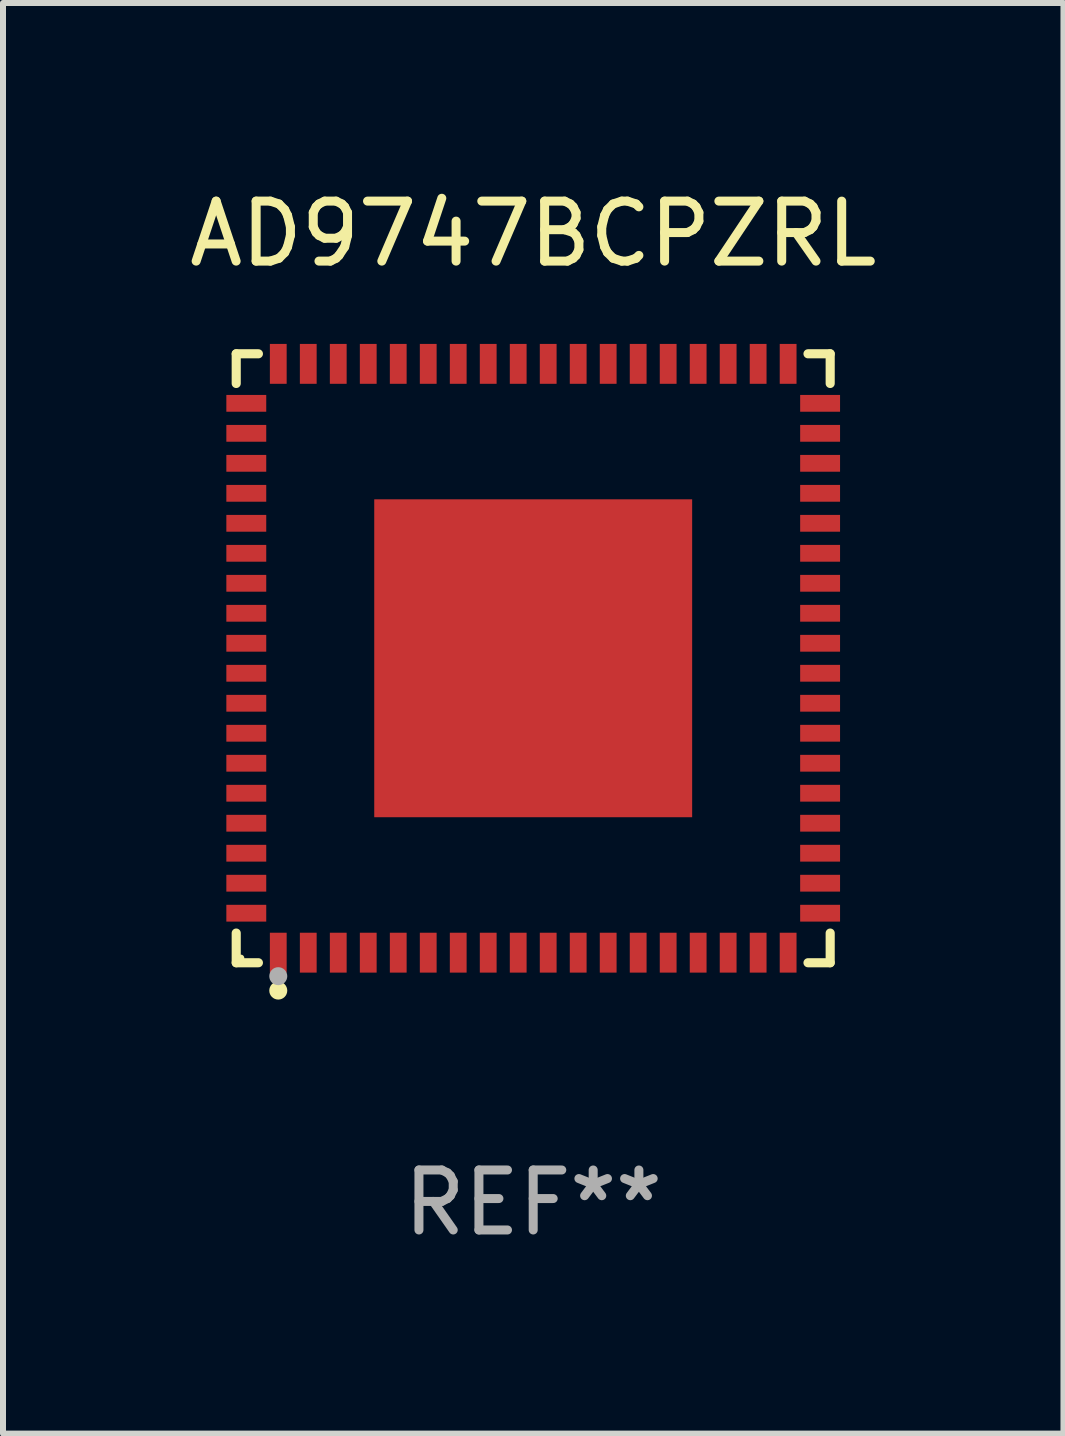
<source format=kicad_pcb>
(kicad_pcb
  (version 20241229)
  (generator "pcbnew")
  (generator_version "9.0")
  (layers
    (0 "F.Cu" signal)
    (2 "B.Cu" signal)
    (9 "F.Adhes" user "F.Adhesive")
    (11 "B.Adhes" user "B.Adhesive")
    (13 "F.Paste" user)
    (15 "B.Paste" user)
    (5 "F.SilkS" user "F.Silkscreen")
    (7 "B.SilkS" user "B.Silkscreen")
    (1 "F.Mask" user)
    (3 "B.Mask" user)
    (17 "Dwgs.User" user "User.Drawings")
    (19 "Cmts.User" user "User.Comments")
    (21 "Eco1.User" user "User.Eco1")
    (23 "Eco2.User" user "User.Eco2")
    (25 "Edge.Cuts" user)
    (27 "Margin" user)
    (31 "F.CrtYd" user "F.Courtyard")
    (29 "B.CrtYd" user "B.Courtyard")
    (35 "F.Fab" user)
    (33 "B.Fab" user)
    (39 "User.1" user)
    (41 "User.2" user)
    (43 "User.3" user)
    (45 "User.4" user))
  (footprint "AD9747BCPZRL"
    (layer "F.Cu")
    (at 5.839 7.924)
    (property "Reference" "AD9747BCPZRL" (at 0 -7.076 0) (layer "F.SilkS") (effects (font (size 1 1) (thickness 0.15))))
    (attr through_hole)
    (fp_line (start -4.951 -5.076) (end -4.581 -5.076) (stroke (width 0.152) (type solid)) (layer "F.SilkS"))
    (fp_line (start -4.951 -4.581) (end -4.951 -5.076) (stroke (width 0.152) (type solid)) (layer "F.SilkS"))
    (fp_line (start -4.951 4.581) (end -4.951 5.076) (stroke (width 0.152) (type solid)) (layer "F.SilkS"))
    (fp_line (start -4.951 5.076) (end -4.581 5.076) (stroke (width 0.152) (type solid)) (layer "F.SilkS"))
    (fp_line (start 4.951 -5.076) (end 4.581 -5.076) (stroke (width 0.152) (type solid)) (layer "F.SilkS"))
    (fp_line (start 4.951 -4.581) (end 4.951 -5.076) (stroke (width 0.152) (type solid)) (layer "F.SilkS"))
    (fp_line (start 4.951 4.581) (end 4.951 5.076) (stroke (width 0.152) (type solid)) (layer "F.SilkS"))
    (fp_line (start 4.951 5.076) (end 4.581 5.076) (stroke (width 0.152) (type solid)) (layer "F.SilkS"))
    (fp_circle (center -4.875 5) (end -4.845 5) (stroke (width 0.06) (type solid)) (fill no) (layer "F.SilkS"))
    (fp_circle (center -4.25 5.54) (end -4.175 5.54) (stroke (width 0.15) (type solid)) (fill no) (layer "F.SilkS"))
    (fp_circle (center -4.25 5.3) (end -4.175 5.3) (stroke (width 0.15) (type solid)) (fill no) (layer "F.Fab"))
    (fp_text user "REF**" (at 0 9.076 0) (layer "F.Fab") (effects (font (size 1 1) (thickness 0.15))))
    (pad "1" smd rect (at -4.25 4.908) (size 0.28 0.665) (layers "F.Cu" "F.Mask" "F.Paste"))
    (pad "2" smd rect (at -3.75 4.908) (size 0.28 0.665) (layers "F.Cu" "F.Mask" "F.Paste"))
    (pad "3" smd rect (at -3.25 4.908) (size 0.28 0.665) (layers "F.Cu" "F.Mask" "F.Paste"))
    (pad "4" smd rect (at -2.75 4.908) (size 0.28 0.665) (layers "F.Cu" "F.Mask" "F.Paste"))
    (pad "5" smd rect (at -2.25 4.908) (size 0.28 0.665) (layers "F.Cu" "F.Mask" "F.Paste"))
    (pad "6" smd rect (at -1.75 4.908) (size 0.28 0.665) (layers "F.Cu" "F.Mask" "F.Paste"))
    (pad "7" smd rect (at -1.25 4.908) (size 0.28 0.665) (layers "F.Cu" "F.Mask" "F.Paste"))
    (pad "8" smd rect (at -0.75 4.908) (size 0.28 0.665) (layers "F.Cu" "F.Mask" "F.Paste"))
    (pad "9" smd rect (at -0.25 4.908) (size 0.28 0.665) (layers "F.Cu" "F.Mask" "F.Paste"))
    (pad "10" smd rect (at 0.25 4.908) (size 0.28 0.665) (layers "F.Cu" "F.Mask" "F.Paste"))
    (pad "11" smd rect (at 0.75 4.908) (size 0.28 0.665) (layers "F.Cu" "F.Mask" "F.Paste"))
    (pad "12" smd rect (at 1.25 4.908) (size 0.28 0.665) (layers "F.Cu" "F.Mask" "F.Paste"))
    (pad "13" smd rect (at 1.75 4.908) (size 0.28 0.665) (layers "F.Cu" "F.Mask" "F.Paste"))
    (pad "14" smd rect (at 2.25 4.908) (size 0.28 0.665) (layers "F.Cu" "F.Mask" "F.Paste"))
    (pad "15" smd rect (at 2.75 4.908) (size 0.28 0.665) (layers "F.Cu" "F.Mask" "F.Paste"))
    (pad "16" smd rect (at 3.25 4.908) (size 0.28 0.665) (layers "F.Cu" "F.Mask" "F.Paste"))
    (pad "17" smd rect (at 3.75 4.908) (size 0.28 0.665) (layers "F.Cu" "F.Mask" "F.Paste"))
    (pad "18" smd rect (at 4.25 4.908) (size 0.28 0.665) (layers "F.Cu" "F.Mask" "F.Paste"))
    (pad "19" smd rect (at 4.783 4.25) (size 0.665 0.28) (layers "F.Cu" "F.Mask" "F.Paste"))
    (pad "20" smd rect (at 4.783 3.75) (size 0.665 0.28) (layers "F.Cu" "F.Mask" "F.Paste"))
    (pad "21" smd rect (at 4.783 3.25) (size 0.665 0.28) (layers "F.Cu" "F.Mask" "F.Paste"))
    (pad "22" smd rect (at 4.783 2.75) (size 0.665 0.28) (layers "F.Cu" "F.Mask" "F.Paste"))
    (pad "23" smd rect (at 4.783 2.25) (size 0.665 0.28) (layers "F.Cu" "F.Mask" "F.Paste"))
    (pad "24" smd rect (at 4.783 1.75) (size 0.665 0.28) (layers "F.Cu" "F.Mask" "F.Paste"))
    (pad "25" smd rect (at 4.783 1.25) (size 0.665 0.28) (layers "F.Cu" "F.Mask" "F.Paste"))
    (pad "26" smd rect (at 4.783 0.75) (size 0.665 0.28) (layers "F.Cu" "F.Mask" "F.Paste"))
    (pad "27" smd rect (at 4.783 0.25) (size 0.665 0.28) (layers "F.Cu" "F.Mask" "F.Paste"))
    (pad "28" smd rect (at 4.783 -0.25) (size 0.665 0.28) (layers "F.Cu" "F.Mask" "F.Paste"))
    (pad "29" smd rect (at 4.783 -0.75) (size 0.665 0.28) (layers "F.Cu" "F.Mask" "F.Paste"))
    (pad "30" smd rect (at 4.783 -1.25) (size 0.665 0.28) (layers "F.Cu" "F.Mask" "F.Paste"))
    (pad "31" smd rect (at 4.783 -1.75) (size 0.665 0.28) (layers "F.Cu" "F.Mask" "F.Paste"))
    (pad "32" smd rect (at 4.783 -2.25) (size 0.665 0.28) (layers "F.Cu" "F.Mask" "F.Paste"))
    (pad "33" smd rect (at 4.783 -2.75) (size 0.665 0.28) (layers "F.Cu" "F.Mask" "F.Paste"))
    (pad "34" smd rect (at 4.783 -3.25) (size 0.665 0.28) (layers "F.Cu" "F.Mask" "F.Paste"))
    (pad "35" smd rect (at 4.783 -3.75) (size 0.665 0.28) (layers "F.Cu" "F.Mask" "F.Paste"))
    (pad "36" smd rect (at 4.783 -4.25) (size 0.665 0.28) (layers "F.Cu" "F.Mask" "F.Paste"))
    (pad "37" smd rect (at 4.25 -4.908) (size 0.28 0.665) (layers "F.Cu" "F.Mask" "F.Paste"))
    (pad "38" smd rect (at 3.75 -4.908) (size 0.28 0.665) (layers "F.Cu" "F.Mask" "F.Paste"))
    (pad "39" smd rect (at 3.25 -4.908) (size 0.28 0.665) (layers "F.Cu" "F.Mask" "F.Paste"))
    (pad "40" smd rect (at 2.75 -4.908) (size 0.28 0.665) (layers "F.Cu" "F.Mask" "F.Paste"))
    (pad "41" smd rect (at 2.25 -4.908) (size 0.28 0.665) (layers "F.Cu" "F.Mask" "F.Paste"))
    (pad "42" smd rect (at 1.75 -4.908) (size 0.28 0.665) (layers "F.Cu" "F.Mask" "F.Paste"))
    (pad "43" smd rect (at 1.25 -4.908) (size 0.28 0.665) (layers "F.Cu" "F.Mask" "F.Paste"))
    (pad "44" smd rect (at 0.75 -4.908) (size 0.28 0.665) (layers "F.Cu" "F.Mask" "F.Paste"))
    (pad "45" smd rect (at 0.25 -4.908) (size 0.28 0.665) (layers "F.Cu" "F.Mask" "F.Paste"))
    (pad "46" smd rect (at -0.25 -4.908) (size 0.28 0.665) (layers "F.Cu" "F.Mask" "F.Paste"))
    (pad "47" smd rect (at -0.75 -4.908) (size 0.28 0.665) (layers "F.Cu" "F.Mask" "F.Paste"))
    (pad "48" smd rect (at -1.25 -4.908) (size 0.28 0.665) (layers "F.Cu" "F.Mask" "F.Paste"))
    (pad "49" smd rect (at -1.75 -4.908) (size 0.28 0.665) (layers "F.Cu" "F.Mask" "F.Paste"))
    (pad "50" smd rect (at -2.25 -4.908) (size 0.28 0.665) (layers "F.Cu" "F.Mask" "F.Paste"))
    (pad "51" smd rect (at -2.75 -4.908) (size 0.28 0.665) (layers "F.Cu" "F.Mask" "F.Paste"))
    (pad "52" smd rect (at -3.25 -4.908) (size 0.28 0.665) (layers "F.Cu" "F.Mask" "F.Paste"))
    (pad "53" smd rect (at -3.75 -4.908) (size 0.28 0.665) (layers "F.Cu" "F.Mask" "F.Paste"))
    (pad "54" smd rect (at -4.25 -4.908) (size 0.28 0.665) (layers "F.Cu" "F.Mask" "F.Paste"))
    (pad "55" smd rect (at -4.783 -4.25) (size 0.665 0.28) (layers "F.Cu" "F.Mask" "F.Paste"))
    (pad "56" smd rect (at -4.783 -3.75) (size 0.665 0.28) (layers "F.Cu" "F.Mask" "F.Paste"))
    (pad "57" smd rect (at -4.783 -3.25) (size 0.665 0.28) (layers "F.Cu" "F.Mask" "F.Paste"))
    (pad "58" smd rect (at -4.783 -2.75) (size 0.665 0.28) (layers "F.Cu" "F.Mask" "F.Paste"))
    (pad "59" smd rect (at -4.783 -2.25) (size 0.665 0.28) (layers "F.Cu" "F.Mask" "F.Paste"))
    (pad "60" smd rect (at -4.783 -1.75) (size 0.665 0.28) (layers "F.Cu" "F.Mask" "F.Paste"))
    (pad "61" smd rect (at -4.783 -1.25) (size 0.665 0.28) (layers "F.Cu" "F.Mask" "F.Paste"))
    (pad "62" smd rect (at -4.783 -0.75) (size 0.665 0.28) (layers "F.Cu" "F.Mask" "F.Paste"))
    (pad "63" smd rect (at -4.783 -0.25) (size 0.665 0.28) (layers "F.Cu" "F.Mask" "F.Paste"))
    (pad "64" smd rect (at -4.783 0.25) (size 0.665 0.28) (layers "F.Cu" "F.Mask" "F.Paste"))
    (pad "65" smd rect (at -4.783 0.75) (size 0.665 0.28) (layers "F.Cu" "F.Mask" "F.Paste"))
    (pad "66" smd rect (at -4.783 1.25) (size 0.665 0.28) (layers "F.Cu" "F.Mask" "F.Paste"))
    (pad "67" smd rect (at -4.783 1.75) (size 0.665 0.28) (layers "F.Cu" "F.Mask" "F.Paste"))
    (pad "68" smd rect (at -4.783 2.25) (size 0.665 0.28) (layers "F.Cu" "F.Mask" "F.Paste"))
    (pad "69" smd rect (at -4.783 2.75) (size 0.665 0.28) (layers "F.Cu" "F.Mask" "F.Paste"))
    (pad "70" smd rect (at -4.783 3.25) (size 0.665 0.28) (layers "F.Cu" "F.Mask" "F.Paste"))
    (pad "71" smd rect (at -4.783 3.75) (size 0.665 0.28) (layers "F.Cu" "F.Mask" "F.Paste"))
    (pad "72" smd rect (at -4.783 4.25) (size 0.665 0.28) (layers "F.Cu" "F.Mask" "F.Paste"))
    (pad "73" smd rect (at 0 0) (size 5.3 5.3) (layers "F.Cu" "F.Mask" "F.Paste")))
  (gr_rect
    (start -3 -3)
    (end 14.679 20.849)
    (stroke (width 0.1) (type default))
    (fill no)
    (layer "Edge.Cuts")))
</source>
